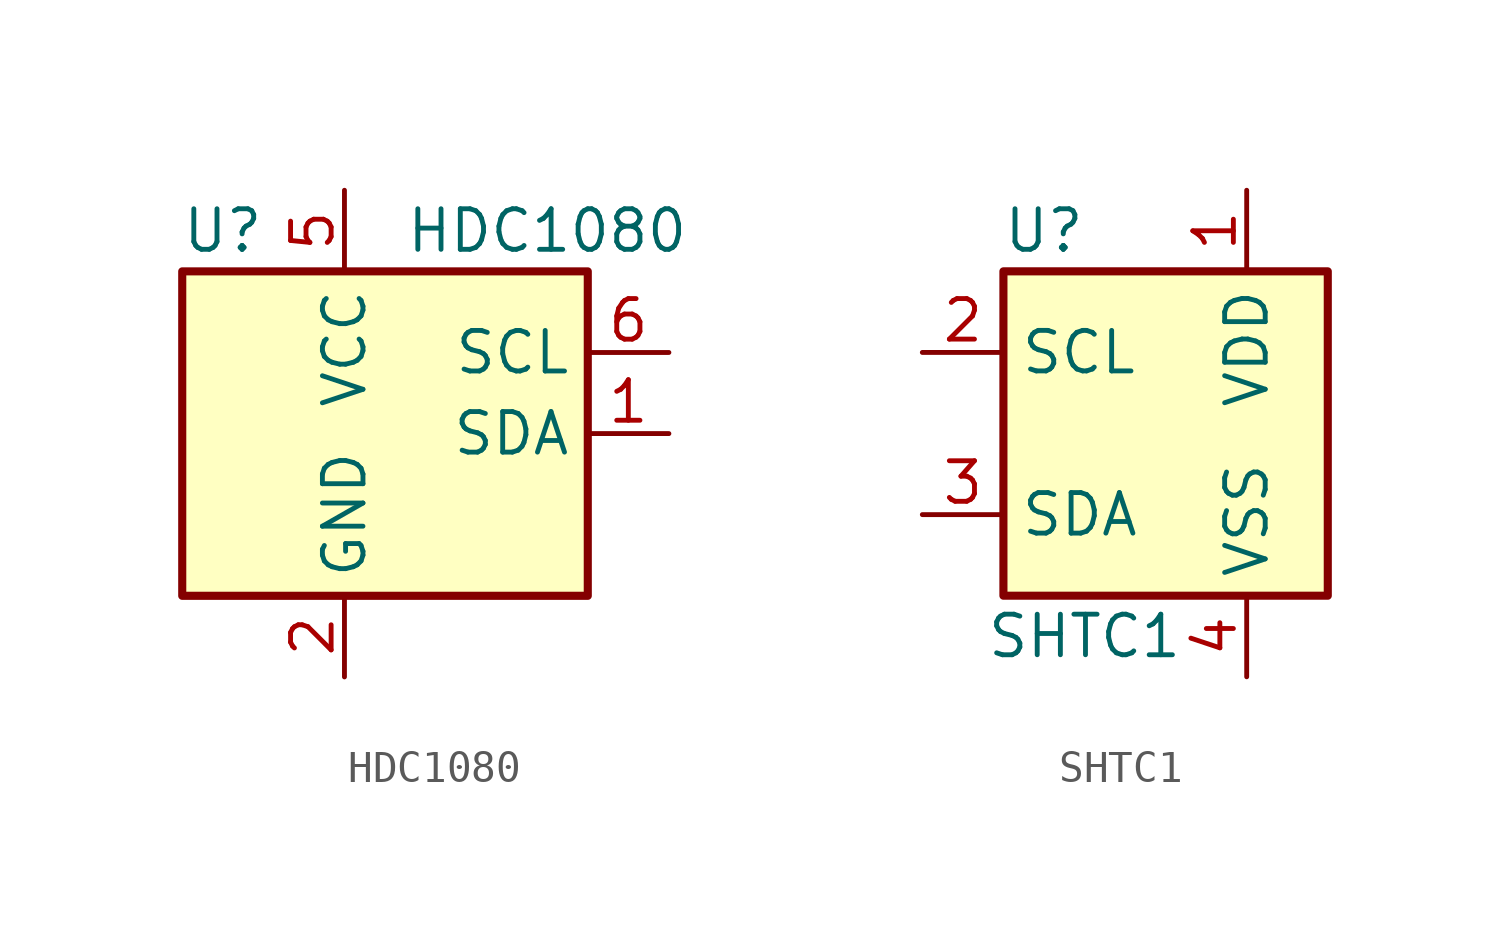
<source format=kicad_sym>
(kicad_symbol_lib
  (version 20201005)
  (generator kicad_symbol_editor)
  (symbol "HDC1080"
    (property "Reference" "U"
      (at -6.35 6.35 0)
      (effects (font (size 1.27 1.27))))
    (property "Value" "HDC1080"
      (at 3.81 6.35 0)
      (effects (font (size 1.27 1.27))))
    (symbol "HDC1080_0_1"
      (rectangle (start -7.62 5.08) (end 5.08 -5.08) (stroke (width 0.254)) (fill (type background))))
    (symbol "HDC1080_1_1"
      (pin bidirectional line (at 7.62 0 180) (length 2.54) (name "SDA" (effects (font (size 1.27 1.27)))) (number "1" (effects (font (size 1.27 1.27)))))
      (pin power_in line (at -2.54 -7.62 90) (length 2.54) (name "GND" (effects (font (size 1.27 1.27)))) (number "2" (effects (font (size 1.27 1.27)))))
      (pin no_connect line (at -7.62 0 0) (length 2.54) hide (name "NC" (effects (font (size 1.27 1.27)))) (number "3" (effects (font (size 1.27 1.27)))))
      (pin no_connect line (at -7.62 -2.54 0) (length 2.54) hide (name "NC" (effects (font (size 1.27 1.27)))) (number "4" (effects (font (size 1.27 1.27)))))
      (pin power_in line (at -2.54 7.62 270) (length 2.54) (name "VCC" (effects (font (size 1.27 1.27)))) (number "5" (effects (font (size 1.27 1.27)))))
      (pin input line (at 7.62 2.54 180) (length 2.54) (name "SCL" (effects (font (size 1.27 1.27)))) (number "6" (effects (font (size 1.27 1.27)))))
      (pin no_connect line (at -7.62 2.54 0) (length 2.54) hide (name "DAP" (effects (font (size 1.27 1.27)))) (number "7" (effects (font (size 1.27 1.27)))))))
  (symbol "SHTC1"
    (property "Reference" "U"
      (at -3.81 6.35 0)
      (effects (font (size 1.27 1.27))))
    (property "Value" "SHTC1"
      (at -2.54 -6.35 0)
      (effects (font (size 1.27 1.27))))
    (symbol "SHTC1_1_1"
      (rectangle (start -5.08 5.08) (end 5.08 -5.08) (stroke (width 0.254)) (fill (type background)))
      (pin power_in line (at 2.54 7.62 270) (length 2.54) (name "VDD" (effects (font (size 1.27 1.27)))) (number "1" (effects (font (size 1.27 1.27)))))
      (pin input line (at -7.62 2.54 0) (length 2.54) (name "SCL" (effects (font (size 1.27 1.27)))) (number "2" (effects (font (size 1.27 1.27)))))
      (pin bidirectional line (at -7.62 -2.54 0) (length 2.54) (name "SDA" (effects (font (size 1.27 1.27)))) (number "3" (effects (font (size 1.27 1.27)))))
      (pin power_in line (at 2.54 -7.62 90) (length 2.54) (name "VSS" (effects (font (size 1.27 1.27)))) (number "4" (effects (font (size 1.27 1.27)))))
      (pin no_connect line (at 5.08 0 180) (length 2.54) hide (name "NC" (effects (font (size 1.27 1.27)))) (number "5" (effects (font (size 1.27 1.27))))))))
</source>
